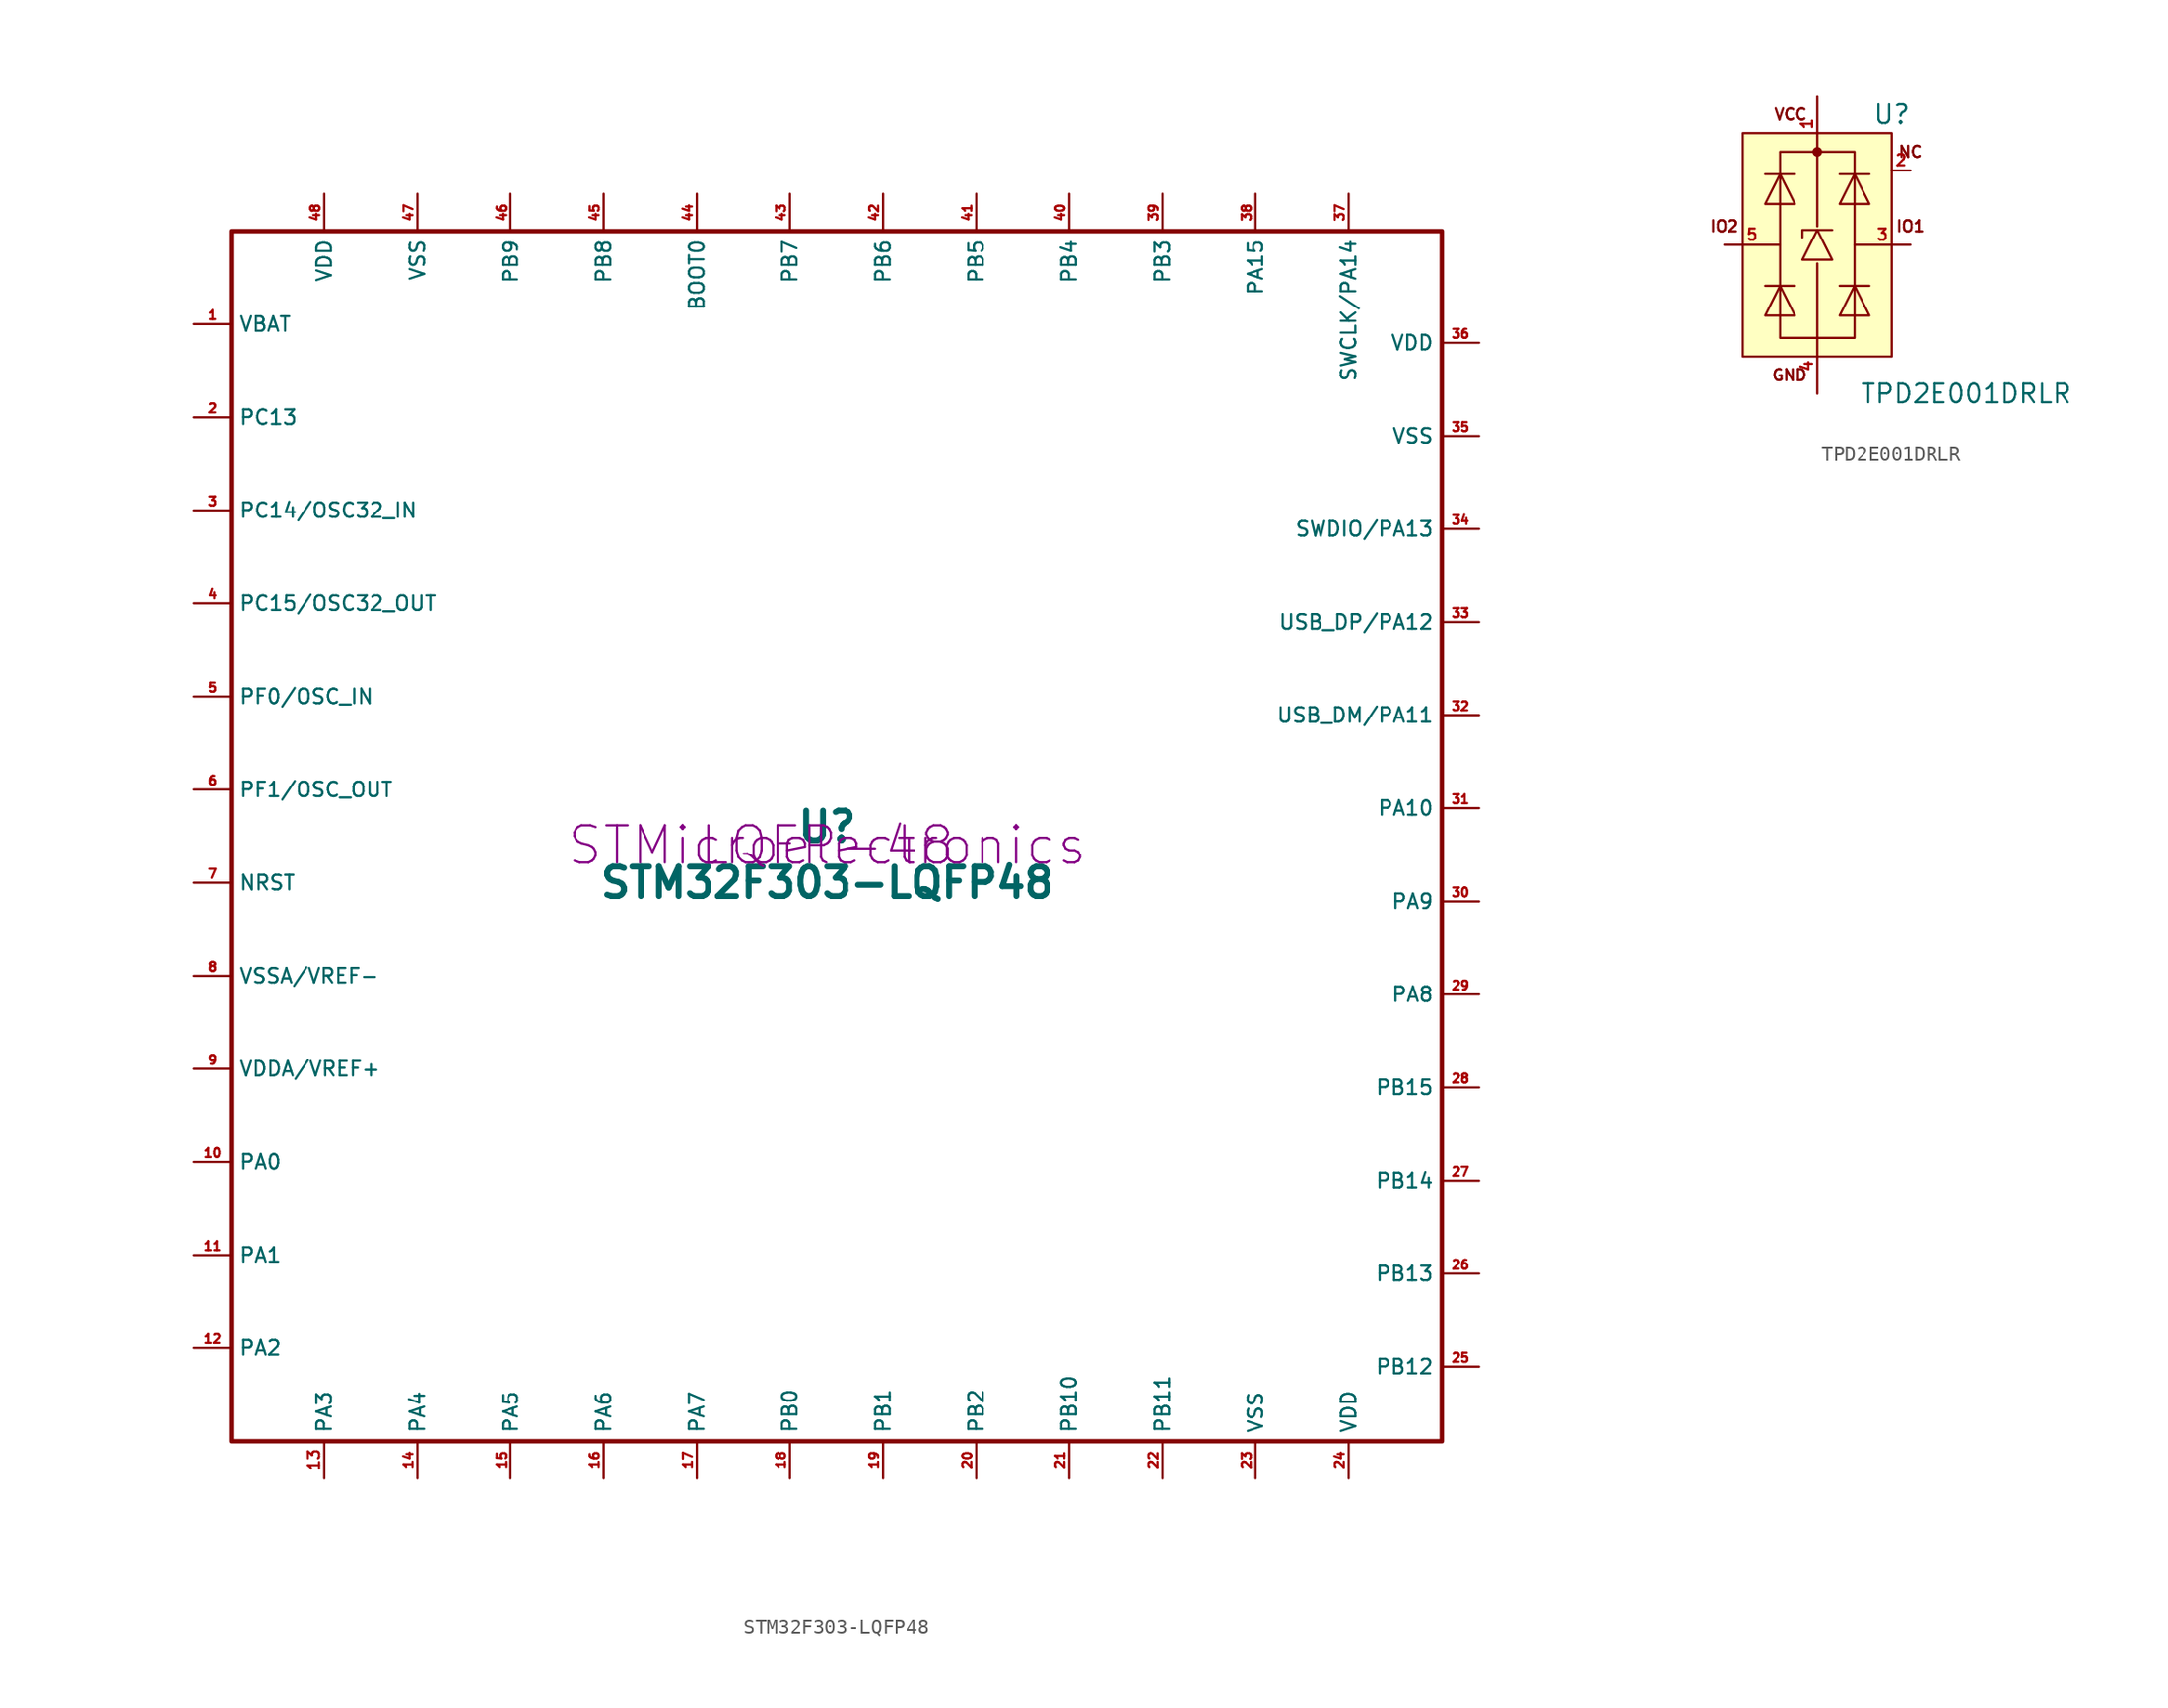
<source format=kicad_sym>
(kicad_symbol_lib
  (version 20200126)
  (host kicad_symbol_editor "(5.99.0-2039-g05a89863c)")
  (symbol "acheronSymbols:STM32F303-LQFP48"
    (property "Reference" "U"
      (at 0 1.27 0)
      (effects (font (size 2.007 2.007) bold)))
    (property "Value" "STM32F303-LQFP48"
      (at 0 -2.54 0)
      (effects (font (size 2.007 2.007) bold)))
    (property "Manufacturer" "STMicroelectronics"
      (at 0 0 0)
      (effects (font (size 2.54 2.54))))
    (property "Package" "LQFP-48"
      (at 0 0 0)
      (effects (font (size 2.54 2.54))))
    (symbol "STM32F303-LQFP48_0_1"
      (rectangle (start 41.91 41.91) (end -40.64 -40.64) (stroke (width 0.305)) (fill (type none))))
    (symbol "STM32F303-LQFP48_1_1"
      (pin power_in line (at -43.18 35.56 0) (length 2.54) (name "VBAT" (effects (font (size 0.991 0.991)))) (number "1" (effects (font (size 0.61 0.61)))))
      (pin bidirectional line (at -43.18 -21.59 0) (length 2.54) (name "PA0" (effects (font (size 0.991 0.991)))) (number "10" (effects (font (size 0.61 0.61)))))
      (pin bidirectional line (at -43.18 -27.94 0) (length 2.54) (name "PA1" (effects (font (size 0.991 0.991)))) (number "11" (effects (font (size 0.61 0.61)))))
      (pin bidirectional line (at -43.18 -34.29 0) (length 2.54) (name "PA2" (effects (font (size 0.991 0.991)))) (number "12" (effects (font (size 0.61 0.61)))))
      (pin bidirectional line (at -34.29 -43.18 90) (length 2.54) (name "PA3" (effects (font (size 0.991 0.991)))) (number "13" (effects (font (size 0.762 0.762)))))
      (pin bidirectional line (at -27.94 -43.18 90) (length 2.54) (name "PA4" (effects (font (size 0.991 0.991)))) (number "14" (effects (font (size 0.61 0.61)))))
      (pin bidirectional line (at -21.59 -43.18 90) (length 2.54) (name "PA5" (effects (font (size 0.991 0.991)))) (number "15" (effects (font (size 0.61 0.61)))))
      (pin bidirectional line (at -15.24 -43.18 90) (length 2.54) (name "PA6" (effects (font (size 0.991 0.991)))) (number "16" (effects (font (size 0.61 0.61)))))
      (pin bidirectional line (at -8.89 -43.18 90) (length 2.54) (name "PA7" (effects (font (size 0.991 0.991)))) (number "17" (effects (font (size 0.61 0.61)))))
      (pin bidirectional line (at -2.54 -43.18 90) (length 2.54) (name "PB0" (effects (font (size 0.991 0.991)))) (number "18" (effects (font (size 0.61 0.61)))))
      (pin bidirectional line (at 3.81 -43.18 90) (length 2.54) (name "PB1" (effects (font (size 0.991 0.991)))) (number "19" (effects (font (size 0.61 0.61)))))
      (pin bidirectional line (at -43.18 29.21 0) (length 2.54) (name "PC13" (effects (font (size 0.991 0.991)))) (number "2" (effects (font (size 0.61 0.61)))))
      (pin bidirectional line (at 10.16 -43.18 90) (length 2.54) (name "PB2" (effects (font (size 0.991 0.991)))) (number "20" (effects (font (size 0.61 0.61)))))
      (pin bidirectional line (at 16.51 -43.18 90) (length 2.54) (name "PB10" (effects (font (size 0.991 0.991)))) (number "21" (effects (font (size 0.61 0.61)))))
      (pin bidirectional line (at 22.86 -43.18 90) (length 2.54) (name "PB11" (effects (font (size 0.991 0.991)))) (number "22" (effects (font (size 0.61 0.61)))))
      (pin power_in line (at 29.21 -43.18 90) (length 2.54) (name "VSS" (effects (font (size 0.991 0.991)))) (number "23" (effects (font (size 0.61 0.61)))))
      (pin power_in line (at 35.56 -43.18 90) (length 2.54) (name "VDD" (effects (font (size 0.991 0.991)))) (number "24" (effects (font (size 0.61 0.61)))))
      (pin bidirectional line (at 44.45 -35.56 180) (length 2.54) (name "PB12" (effects (font (size 0.991 0.991)))) (number "25" (effects (font (size 0.61 0.61)))))
      (pin bidirectional line (at 44.45 -29.21 180) (length 2.54) (name "PB13" (effects (font (size 0.991 0.991)))) (number "26" (effects (font (size 0.61 0.61)))))
      (pin bidirectional line (at 44.45 -22.86 180) (length 2.54) (name "PB14" (effects (font (size 0.991 0.991)))) (number "27" (effects (font (size 0.61 0.61)))))
      (pin bidirectional line (at 44.45 -16.51 180) (length 2.54) (name "PB15" (effects (font (size 0.991 0.991)))) (number "28" (effects (font (size 0.61 0.61)))))
      (pin bidirectional line (at 44.45 -10.16 180) (length 2.54) (name "PA8" (effects (font (size 0.991 0.991)))) (number "29" (effects (font (size 0.61 0.61)))))
      (pin bidirectional line (at -43.18 22.86 0) (length 2.54) (name "PC14/OSC32_IN" (effects (font (size 0.991 0.991)))) (number "3" (effects (font (size 0.61 0.61)))))
      (pin bidirectional line (at 44.45 -3.81 180) (length 2.54) (name "PA9" (effects (font (size 0.991 0.991)))) (number "30" (effects (font (size 0.61 0.61)))))
      (pin bidirectional line (at 44.45 2.54 180) (length 2.54) (name "PA10" (effects (font (size 0.991 0.991)))) (number "31" (effects (font (size 0.61 0.61)))))
      (pin bidirectional line (at 44.45 8.89 180) (length 2.54) (name "USB_DM/PA11" (effects (font (size 0.991 0.991)))) (number "32" (effects (font (size 0.61 0.61)))))
      (pin bidirectional line (at 44.45 15.24 180) (length 2.54) (name "USB_DP/PA12" (effects (font (size 0.991 0.991)))) (number "33" (effects (font (size 0.61 0.61)))))
      (pin bidirectional line (at 44.45 21.59 180) (length 2.54) (name "SWDIO/PA13" (effects (font (size 0.991 0.991)))) (number "34" (effects (font (size 0.61 0.61)))))
      (pin power_in line (at 44.45 27.94 180) (length 2.54) (name "VSS" (effects (font (size 0.991 0.991)))) (number "35" (effects (font (size 0.61 0.61)))))
      (pin power_in line (at 44.45 34.29 180) (length 2.54) (name "VDD" (effects (font (size 0.991 0.991)))) (number "36" (effects (font (size 0.61 0.61)))))
      (pin bidirectional line (at 35.56 44.45 270) (length 2.54) (name "SWCLK/PA14" (effects (font (size 0.991 0.991)))) (number "37" (effects (font (size 0.61 0.61)))))
      (pin bidirectional line (at 29.21 44.45 270) (length 2.54) (name "PA15" (effects (font (size 0.991 0.991)))) (number "38" (effects (font (size 0.61 0.61)))))
      (pin bidirectional line (at 22.86 44.45 270) (length 2.54) (name "PB3" (effects (font (size 0.991 0.991)))) (number "39" (effects (font (size 0.61 0.61)))))
      (pin bidirectional line (at -43.18 16.51 0) (length 2.54) (name "PC15/OSC32_OUT" (effects (font (size 0.991 0.991)))) (number "4" (effects (font (size 0.61 0.61)))))
      (pin bidirectional line (at 16.51 44.45 270) (length 2.54) (name "PB4" (effects (font (size 0.991 0.991)))) (number "40" (effects (font (size 0.61 0.61)))))
      (pin bidirectional line (at 10.16 44.45 270) (length 2.54) (name "PB5" (effects (font (size 0.991 0.991)))) (number "41" (effects (font (size 0.61 0.61)))))
      (pin bidirectional line (at 3.81 44.45 270) (length 2.54) (name "PB6" (effects (font (size 0.991 0.991)))) (number "42" (effects (font (size 0.61 0.61)))))
      (pin bidirectional line (at -2.54 44.45 270) (length 2.54) (name "PB7" (effects (font (size 0.991 0.991)))) (number "43" (effects (font (size 0.61 0.61)))))
      (pin output line (at -8.89 44.45 270) (length 2.54) (name "BOOT0" (effects (font (size 0.991 0.991)))) (number "44" (effects (font (size 0.61 0.61)))))
      (pin bidirectional line (at -15.24 44.45 270) (length 2.54) (name "PB8" (effects (font (size 0.991 0.991)))) (number "45" (effects (font (size 0.61 0.61)))))
      (pin input line (at -21.59 44.45 270) (length 2.54) (name "PB9" (effects (font (size 0.991 0.991)))) (number "46" (effects (font (size 0.61 0.61)))))
      (pin input line (at -27.94 44.45 270) (length 2.54) (name "VSS" (effects (font (size 0.991 0.991)))) (number "47" (effects (font (size 0.61 0.61)))))
      (pin input line (at -34.29 44.45 270) (length 2.54) (name "VDD" (effects (font (size 0.991 0.991)))) (number "48" (effects (font (size 0.61 0.61)))))
      (pin bidirectional line (at -43.18 10.16 0) (length 2.54) (name "PF0/OSC_IN" (effects (font (size 0.991 0.991)))) (number "5" (effects (font (size 0.61 0.61)))))
      (pin bidirectional line (at -43.18 3.81 0) (length 2.54) (name "PF1/OSC_OUT" (effects (font (size 0.991 0.991)))) (number "6" (effects (font (size 0.61 0.61)))))
      (pin input line (at -43.18 -2.54 0) (length 2.54) (name "NRST" (effects (font (size 0.991 0.991)))) (number "7" (effects (font (size 0.61 0.61)))))
      (pin power_in line (at -43.18 -8.89 0) (length 2.54) (name "VSSA/VREF-" (effects (font (size 0.991 0.991)))) (number "8" (effects (font (size 0.61 0.61)))))
      (pin power_in line (at -43.18 -15.24 0) (length 2.54) (name "VDDA/VREF+" (effects (font (size 0.991 0.991)))) (number "9" (effects (font (size 0.61 0.61)))))))
  (symbol "acheronSymbols:TPD2E001DRLR"
    (pin_names
      (offset 0))
    (property "Reference" "U"
      (at 5.08 8.89 0)
      (effects (font (size 1.27 1.27))))
    (property "Value" "TPD2E001DRLR"
      (at 10.16 -10.16 0)
      (effects (font (size 1.27 1.27))))
    (symbol "TPD2E001DRLR_0_1"
      (circle (center 0 6.35) (radius 0.254) (stroke (width 0)) (fill (type outline)))
      (rectangle (start -2.54 6.35) (end 2.54 -6.35) (stroke (width 0)) (fill (type none)))
      (rectangle (start 0 -1.27) (end 0 -6.35) (stroke (width 0)) (fill (type none)))
      (rectangle (start 5.08 7.62) (end -5.08 -7.62) (stroke (width 0)) (fill (type background)))
      (polyline (pts (xy -1.524 -2.794) (xy -3.556 -2.794)) (stroke (width 0)) (fill (type none)))
      (polyline (pts (xy -1.524 4.826) (xy -3.556 4.826)) (stroke (width 0)) (fill (type none)))
      (polyline (pts (xy 0 1.27) (xy 0 6.35)) (stroke (width 0)) (fill (type none)))
      (polyline (pts (xy 1.524 -2.794) (xy 3.556 -2.794)) (stroke (width 0)) (fill (type none)))
      (polyline (pts (xy 1.524 4.826) (xy 3.556 4.826)) (stroke (width 0)) (fill (type none)))
      (polyline (pts (xy -3.556 -4.826) (xy -1.524 -4.826) (xy -2.54 -2.794) (xy -3.556 -4.826)) (stroke (width 0)) (fill (type none)))
      (polyline (pts (xy -3.556 2.794) (xy -1.524 2.794) (xy -2.54 4.826) (xy -3.556 2.794)) (stroke (width 0)) (fill (type none)))
      (polyline (pts (xy -1.016 -1.016) (xy 1.016 -1.016) (xy 0 1.016) (xy -1.016 -1.016)) (stroke (width 0)) (fill (type none)))
      (polyline (pts (xy 1.016 1.016) (xy 0.762 1.016) (xy -1.016 1.016) (xy -1.016 0.508)) (stroke (width 0)) (fill (type none)))
      (polyline (pts (xy 3.556 -4.826) (xy 1.524 -4.826) (xy 2.54 -2.794) (xy 3.556 -4.826)) (stroke (width 0)) (fill (type none)))
      (polyline (pts (xy 3.556 2.794) (xy 1.524 2.794) (xy 2.54 4.826) (xy 3.556 2.794)) (stroke (width 0)) (fill (type none))))
    (symbol "TPD2E001DRLR_0_0"
      (text "IO2" (at -6.35 1.27 0) (effects (font (size 0.762 0.762)))))
    (symbol "TPD2E001DRLR_1_1"
      (text "GND" (at -0.635 -8.89 0) (effects (font (size 0.762 0.762)) (justify right)))
      (text "IO1" (at 6.35 1.27 0) (effects (font (size 0.762 0.762))))
      (text "NC" (at 6.35 6.35 0) (effects (font (size 0.762 0.762))))
      (text "VCC" (at -0.635 8.89 0) (effects (font (size 0.762 0.762)) (justify right)))
      (pin passive line (at 0 10.16 270) (length 3.81) (name "VBUS" (effects (font (size 0 0)))) (number "1" (effects (font (size 0.762 0.762)))))
      (pin passive line (at 6.35 5.08 180) (length 1.27) (name "IO1" (effects (font (size 0 0)))) (number "2" (effects (font (size 0.762 0.762)))))
      (pin passive line (at 6.35 0 180) (length 3.81) (name "IO1" (effects (font (size 0 0)))) (number "3" (effects (font (size 0.762 0.762)))))
      (pin passive line (at 0 -10.16 90) (length 3.81) (name "GND" (effects (font (size 0 0)))) (number "4" (effects (font (size 0.762 0.762)))))
      (pin passive line (at -6.35 0 0) (length 3.81) (name "IO2" (effects (font (size 0 0)))) (number "5" (effects (font (size 0.762 0.762))))))))
</source>
